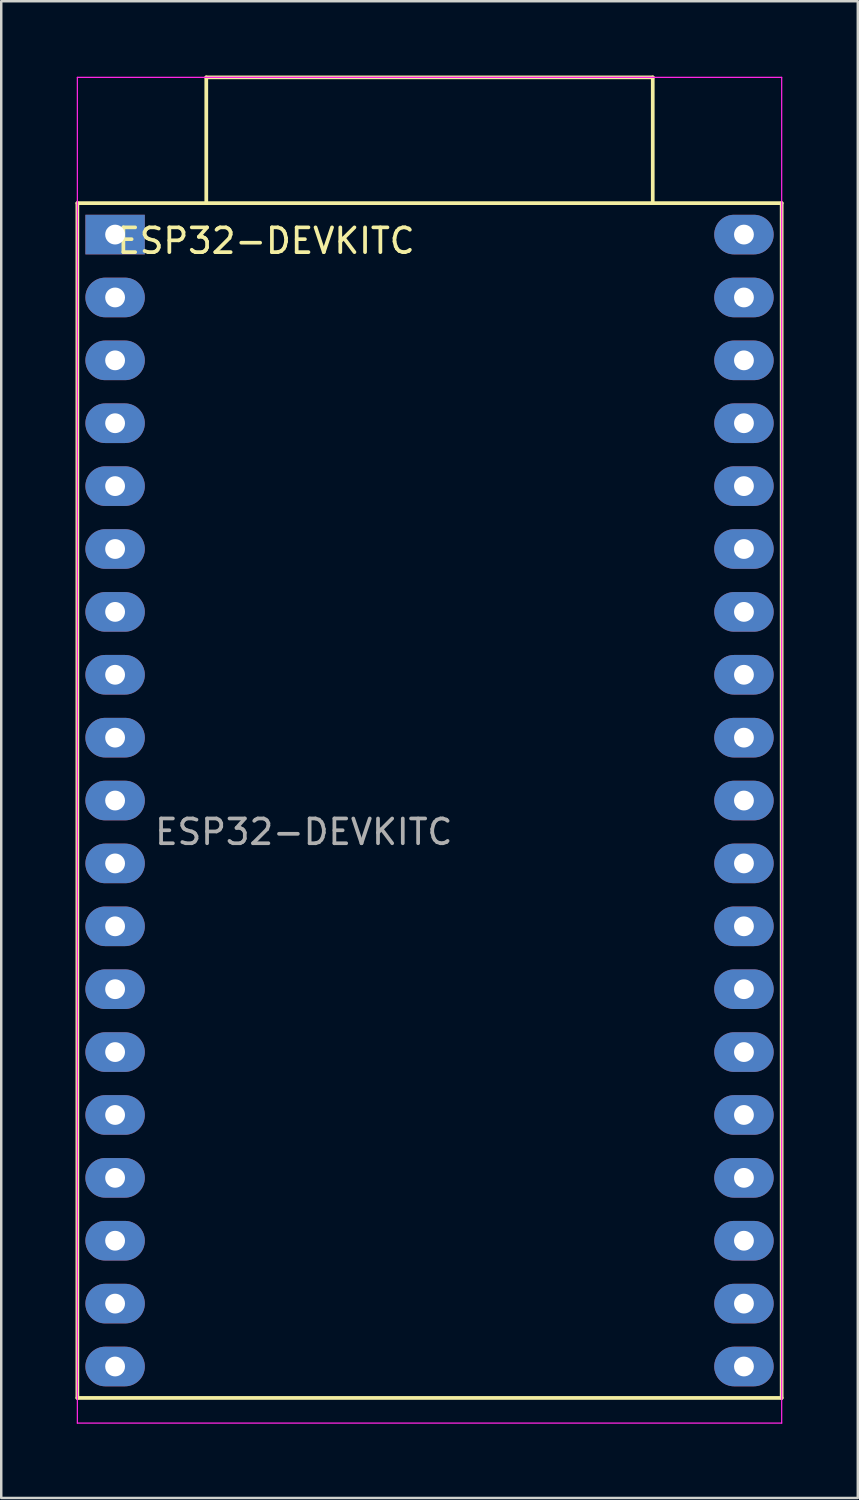
<source format=kicad_pcb>
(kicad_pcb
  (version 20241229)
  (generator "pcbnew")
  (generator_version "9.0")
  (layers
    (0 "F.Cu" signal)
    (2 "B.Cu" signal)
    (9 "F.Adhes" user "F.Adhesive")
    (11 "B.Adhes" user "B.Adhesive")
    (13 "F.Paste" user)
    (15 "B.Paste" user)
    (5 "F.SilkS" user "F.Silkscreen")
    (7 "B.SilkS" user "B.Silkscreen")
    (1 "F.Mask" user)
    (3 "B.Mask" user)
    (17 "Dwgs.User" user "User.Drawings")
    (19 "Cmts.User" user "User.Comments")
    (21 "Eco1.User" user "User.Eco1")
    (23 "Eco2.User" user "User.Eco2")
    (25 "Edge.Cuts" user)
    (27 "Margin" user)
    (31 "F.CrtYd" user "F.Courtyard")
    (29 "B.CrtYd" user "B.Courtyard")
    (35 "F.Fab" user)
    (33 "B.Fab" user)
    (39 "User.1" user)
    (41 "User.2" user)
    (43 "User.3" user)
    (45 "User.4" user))
  (footprint "ESP32-DEVKITC"
    (layer "F.Cu")
    (at 1.599 6.425)
    (property "Reference" "ESP32-DEVKITC" (at 6.096 0.254 0) (layer "F.SilkS") (effects (font (size 1 1) (thickness 0.15))))
    (attr through_hole)
    (fp_line (start -1.524 -1.27) (end -1.524 46.99) (stroke (width 0.15) (type solid)) (layer "F.SilkS"))
    (fp_line (start -1.524 46.99) (end 26.924 46.99) (stroke (width 0.15) (type solid)) (layer "F.SilkS"))
    (fp_line (start 3.683 -6.35) (end 3.683 -1.27) (stroke (width 0.15) (type solid)) (layer "F.SilkS"))
    (fp_line (start 3.683 -6.35) (end 21.717 -6.35) (stroke (width 0.15) (type solid)) (layer "F.SilkS"))
    (fp_line (start 21.717 -6.35) (end 21.717 -1.27) (stroke (width 0.15) (type solid)) (layer "F.SilkS"))
    (fp_line (start 26.924 -1.27) (end -1.524 -1.27) (stroke (width 0.15) (type solid)) (layer "F.SilkS"))
    (fp_line (start 26.924 46.99) (end 26.924 -1.27) (stroke (width 0.15) (type solid)) (layer "F.SilkS"))
    (fp_line (start -1.524 -6.35) (end 26.924 -6.35) (stroke (width 0.05) (type solid)) (layer "F.CrtYd"))
    (fp_line (start -1.524 48.006) (end -1.524 -6.35) (stroke (width 0.05) (type solid)) (layer "F.CrtYd"))
    (fp_line (start 26.924 -6.35) (end 26.924 48.006) (stroke (width 0.05) (type solid)) (layer "F.CrtYd"))
    (fp_line (start 26.924 48.006) (end -1.524 48.006) (stroke (width 0.05) (type solid)) (layer "F.CrtYd"))
    (fp_text user "${REFERENCE}" (at 7.62 24.13 0) (layer "F.Fab") (effects (font (size 1 1) (thickness 0.15))))
    (pad "1" thru_hole rect (at 0 0) (size 2.4 1.6) (drill 0.8) (layers "*.Cu" "*.Mask"))
    (pad "2" thru_hole oval (at 0 2.54) (size 2.4 1.6) (drill 0.8) (layers "*.Cu" "*.Mask"))
    (pad "3" thru_hole oval (at 0 5.08) (size 2.4 1.6) (drill 0.8) (layers "*.Cu" "*.Mask"))
    (pad "4" thru_hole oval (at 0 7.62) (size 2.4 1.6) (drill 0.8) (layers "*.Cu" "*.Mask"))
    (pad "5" thru_hole oval (at 0 10.16) (size 2.4 1.6) (drill 0.8) (layers "*.Cu" "*.Mask"))
    (pad "6" thru_hole oval (at 0 12.7) (size 2.4 1.6) (drill 0.8) (layers "*.Cu" "*.Mask"))
    (pad "7" thru_hole oval (at 0 15.24) (size 2.4 1.6) (drill 0.8) (layers "*.Cu" "*.Mask"))
    (pad "8" thru_hole oval (at 0 17.78) (size 2.4 1.6) (drill 0.8) (layers "*.Cu" "*.Mask"))
    (pad "9" thru_hole oval (at 0 20.32) (size 2.4 1.6) (drill 0.8) (layers "*.Cu" "*.Mask"))
    (pad "10" thru_hole oval (at 0 22.86) (size 2.4 1.6) (drill 0.8) (layers "*.Cu" "*.Mask"))
    (pad "11" thru_hole oval (at 0 25.4) (size 2.4 1.6) (drill 0.8) (layers "*.Cu" "*.Mask"))
    (pad "12" thru_hole oval (at 0 27.94) (size 2.4 1.6) (drill 0.8) (layers "*.Cu" "*.Mask"))
    (pad "13" thru_hole oval (at 0 30.48) (size 2.4 1.6) (drill 0.8) (layers "*.Cu" "*.Mask"))
    (pad "14" thru_hole oval (at 0 33.02) (size 2.4 1.6) (drill 0.8) (layers "*.Cu" "*.Mask"))
    (pad "15" thru_hole oval (at 0 35.56) (size 2.4 1.6) (drill 0.8) (layers "*.Cu" "*.Mask"))
    (pad "16" thru_hole oval (at 0 38.1) (size 2.4 1.6) (drill 0.8) (layers "*.Cu" "*.Mask"))
    (pad "17" thru_hole oval (at 0 40.64) (size 2.4 1.6) (drill 0.8) (layers "*.Cu" "*.Mask"))
    (pad "18" thru_hole oval (at 0 43.18) (size 2.4 1.6) (drill 0.8) (layers "*.Cu" "*.Mask"))
    (pad "19" thru_hole oval (at 0 45.72) (size 2.4 1.6) (drill 0.8) (layers "*.Cu" "*.Mask"))
    (pad "20" thru_hole oval (at 25.4 45.72) (size 2.4 1.6) (drill 0.8) (layers "*.Cu" "*.Mask"))
    (pad "21" thru_hole oval (at 25.4 43.18) (size 2.4 1.6) (drill 0.8) (layers "*.Cu" "*.Mask"))
    (pad "22" thru_hole oval (at 25.4 40.64) (size 2.4 1.6) (drill 0.8) (layers "*.Cu" "*.Mask"))
    (pad "23" thru_hole oval (at 25.4 38.1) (size 2.4 1.6) (drill 0.8) (layers "*.Cu" "*.Mask"))
    (pad "24" thru_hole oval (at 25.4 35.56) (size 2.4 1.6) (drill 0.8) (layers "*.Cu" "*.Mask"))
    (pad "25" thru_hole oval (at 25.4 33.02) (size 2.4 1.6) (drill 0.8) (layers "*.Cu" "*.Mask"))
    (pad "26" thru_hole oval (at 25.4 30.48) (size 2.4 1.6) (drill 0.8) (layers "*.Cu" "*.Mask"))
    (pad "27" thru_hole oval (at 25.4 27.94) (size 2.4 1.6) (drill 0.8) (layers "*.Cu" "*.Mask"))
    (pad "28" thru_hole oval (at 25.4 25.4) (size 2.4 1.6) (drill 0.8) (layers "*.Cu" "*.Mask"))
    (pad "29" thru_hole oval (at 25.4 22.86) (size 2.4 1.6) (drill 0.8) (layers "*.Cu" "*.Mask"))
    (pad "30" thru_hole oval (at 25.4 20.32) (size 2.4 1.6) (drill 0.8) (layers "*.Cu" "*.Mask"))
    (pad "31" thru_hole oval (at 25.4 17.78) (size 2.4 1.6) (drill 0.8) (layers "*.Cu" "*.Mask"))
    (pad "32" thru_hole oval (at 25.4 15.24) (size 2.4 1.6) (drill 0.8) (layers "*.Cu" "*.Mask"))
    (pad "33" thru_hole oval (at 25.4 12.7) (size 2.4 1.6) (drill 0.8) (layers "*.Cu" "*.Mask"))
    (pad "34" thru_hole oval (at 25.4 10.16) (size 2.4 1.6) (drill 0.8) (layers "*.Cu" "*.Mask"))
    (pad "35" thru_hole oval (at 25.4 7.62) (size 2.4 1.6) (drill 0.8) (layers "*.Cu" "*.Mask"))
    (pad "36" thru_hole oval (at 25.4 5.08) (size 2.4 1.6) (drill 0.8) (layers "*.Cu" "*.Mask"))
    (pad "37" thru_hole oval (at 25.4 2.54) (size 2.4 1.6) (drill 0.8) (layers "*.Cu" "*.Mask"))
    (pad "38" thru_hole oval (at 25.4 0) (size 2.4 1.6) (drill 0.8) (layers "*.Cu" "*.Mask")))
  (gr_rect
    (start -3 -3)
    (end 31.598 57.456)
    (stroke (width 0.1) (type default))
    (fill no)
    (layer "Edge.Cuts")))
</source>
